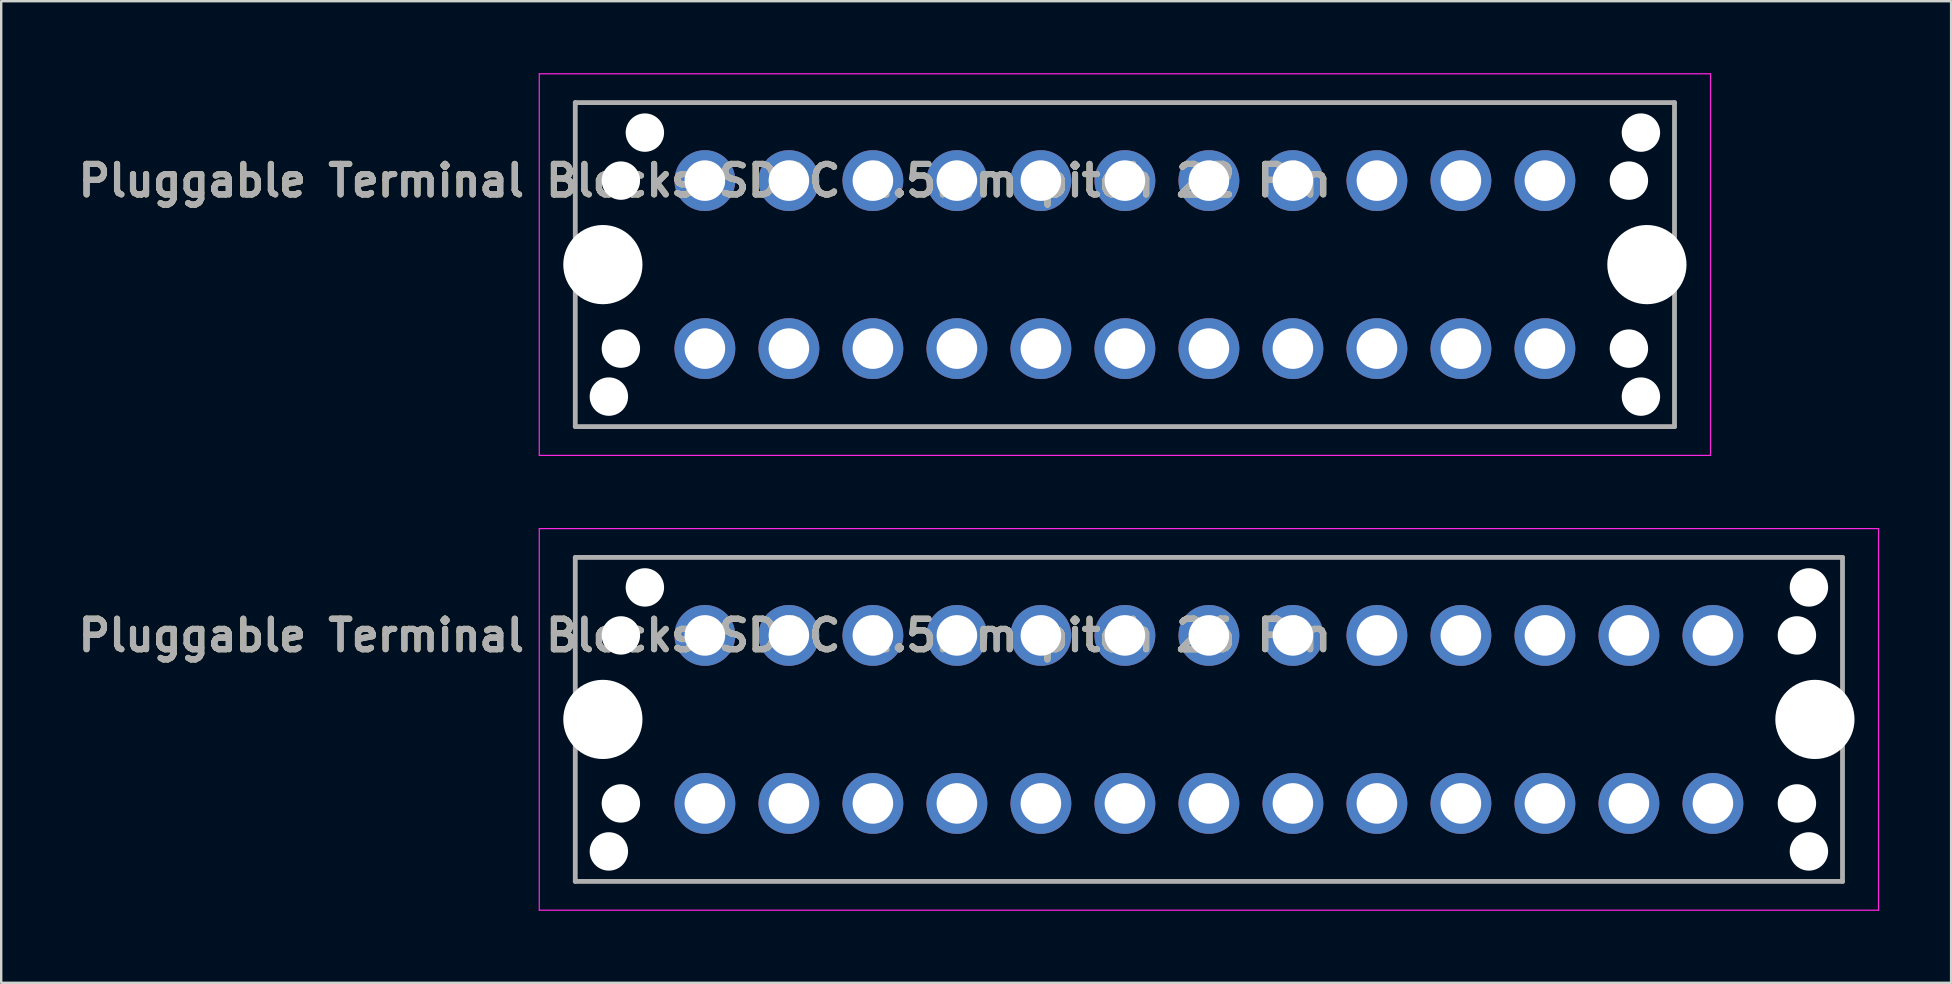
<source format=kicad_pcb>
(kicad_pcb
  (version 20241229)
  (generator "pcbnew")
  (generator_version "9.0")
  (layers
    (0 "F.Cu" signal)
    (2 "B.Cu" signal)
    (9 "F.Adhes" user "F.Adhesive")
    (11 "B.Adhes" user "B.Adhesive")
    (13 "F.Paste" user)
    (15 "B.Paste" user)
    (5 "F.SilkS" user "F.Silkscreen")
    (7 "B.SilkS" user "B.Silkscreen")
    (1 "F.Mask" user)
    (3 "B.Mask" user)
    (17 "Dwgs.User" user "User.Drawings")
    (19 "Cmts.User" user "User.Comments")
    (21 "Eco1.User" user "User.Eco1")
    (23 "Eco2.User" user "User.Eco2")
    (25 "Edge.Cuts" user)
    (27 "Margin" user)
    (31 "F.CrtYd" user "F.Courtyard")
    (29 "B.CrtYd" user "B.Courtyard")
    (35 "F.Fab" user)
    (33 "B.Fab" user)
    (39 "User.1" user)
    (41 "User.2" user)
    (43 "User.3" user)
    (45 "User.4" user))
  (footprint "Pluggable Terminal Blocks SDDC 1.5mm pitch 26 Pin"
    (layer "F.Cu")
    (at 26.319 23.425)
    (property "Reference" "Pluggable Terminal Blocks SDDC 1.5mm pitch 26 Pin" (at 0 0 0) (layer "F.SilkS") (effects (font (size 1.27 1.27) (thickness 0.254))))
    (attr through_hole)
    (fp_line (start -5.4 -3.25) (end 47.4 -3.25) (stroke (width 0.1) (type solid)) (layer "F.SilkS"))
    (fp_line (start 47.4 10.25) (end -5.4 10.25) (stroke (width 0.1) (type solid)) (layer "F.SilkS"))
    (fp_line (start -6.9 -4.45) (end 48.9 -4.45) (stroke (width 0.05) (type solid)) (layer "F.CrtYd"))
    (fp_line (start -6.9 11.45) (end -6.9 -4.45) (stroke (width 0.05) (type solid)) (layer "F.CrtYd"))
    (fp_line (start 48.9 -4.45) (end 48.9 11.45) (stroke (width 0.05) (type solid)) (layer "F.CrtYd"))
    (fp_line (start 48.9 11.45) (end -6.9 11.45) (stroke (width 0.05) (type solid)) (layer "F.CrtYd"))
    (fp_line (start -5.4 -3.25) (end 47.4 -3.25) (stroke (width 0.2) (type solid)) (layer "F.Fab"))
    (fp_line (start -5.4 10.25) (end -5.4 -3.25) (stroke (width 0.2) (type solid)) (layer "F.Fab"))
    (fp_line (start 47.4 -3.25) (end 47.4 10.25) (stroke (width 0.2) (type solid)) (layer "F.Fab"))
    (fp_line (start 47.4 10.25) (end -5.4 10.25) (stroke (width 0.2) (type solid)) (layer "F.Fab"))
    (fp_text user "${REFERENCE}" (at 0 0 0) (layer "F.Fab") (effects (font (size 1.27 1.27) (thickness 0.254))))
    (pad "" np_thru_hole circle (at -4.25 3.5) (size 3.3 3.3) (drill 3.3) (layers "*.Cu" "*.Mask"))
    (pad "" np_thru_hole circle (at -4 9) (size 1.6 1.6) (drill 1.6) (layers "*.Cu" "*.Mask"))
    (pad "" np_thru_hole circle (at -3.5 0) (size 1.6 1.6) (drill 1.6) (layers "*.Cu" "*.Mask"))
    (pad "" np_thru_hole circle (at -3.5 7) (size 1.6 1.6) (drill 1.6) (layers "*.Cu" "*.Mask"))
    (pad "" np_thru_hole circle (at -2.5 -2) (size 1.6 1.6) (drill 1.6) (layers "*.Cu" "*.Mask"))
    (pad "" np_thru_hole circle (at 45.5 0) (size 1.6 1.6) (drill 1.6) (layers "*.Cu" "*.Mask"))
    (pad "" np_thru_hole circle (at 45.5 7) (size 1.6 1.6) (drill 1.6) (layers "*.Cu" "*.Mask"))
    (pad "" np_thru_hole circle (at 46 -2) (size 1.6 1.6) (drill 1.6) (layers "*.Cu" "*.Mask"))
    (pad "" np_thru_hole circle (at 46 9) (size 1.6 1.6) (drill 1.6) (layers "*.Cu" "*.Mask"))
    (pad "" np_thru_hole circle (at 46.25 3.5) (size 3.3 3.3) (drill 3.3) (layers "*.Cu" "*.Mask"))
    (pad "1" thru_hole circle (at 0 0) (size 2.535 2.535) (drill 1.69) (layers "*.Cu" "*.Mask"))
    (pad "2" thru_hole circle (at 3.5 0) (size 2.535 2.535) (drill 1.69) (layers "*.Cu" "*.Mask"))
    (pad "3" thru_hole circle (at 7 0) (size 2.535 2.535) (drill 1.69) (layers "*.Cu" "*.Mask"))
    (pad "4" thru_hole circle (at 10.5 0) (size 2.535 2.535) (drill 1.69) (layers "*.Cu" "*.Mask"))
    (pad "5" thru_hole circle (at 14 0) (size 2.535 2.535) (drill 1.69) (layers "*.Cu" "*.Mask"))
    (pad "6" thru_hole circle (at 17.5 0) (size 2.535 2.535) (drill 1.69) (layers "*.Cu" "*.Mask"))
    (pad "7" thru_hole circle (at 21 0) (size 2.535 2.535) (drill 1.69) (layers "*.Cu" "*.Mask"))
    (pad "8" thru_hole circle (at 24.5 0) (size 2.535 2.535) (drill 1.69) (layers "*.Cu" "*.Mask"))
    (pad "9" thru_hole circle (at 28 0) (size 2.535 2.535) (drill 1.69) (layers "*.Cu" "*.Mask"))
    (pad "10" thru_hole circle (at 31.5 0) (size 2.535 2.535) (drill 1.69) (layers "*.Cu" "*.Mask"))
    (pad "11" thru_hole circle (at 35 0) (size 2.535 2.535) (drill 1.69) (layers "*.Cu" "*.Mask"))
    (pad "12" thru_hole circle (at 38.5 0) (size 2.535 2.535) (drill 1.69) (layers "*.Cu" "*.Mask"))
    (pad "13" thru_hole circle (at 42 0) (size 2.535 2.535) (drill 1.69) (layers "*.Cu" "*.Mask"))
    (pad "14" thru_hole circle (at 0 7) (size 2.535 2.535) (drill 1.69) (layers "*.Cu" "*.Mask"))
    (pad "15" thru_hole circle (at 3.5 7) (size 2.535 2.535) (drill 1.69) (layers "*.Cu" "*.Mask"))
    (pad "16" thru_hole circle (at 7 7) (size 2.535 2.535) (drill 1.69) (layers "*.Cu" "*.Mask"))
    (pad "17" thru_hole circle (at 10.5 7) (size 2.535 2.535) (drill 1.69) (layers "*.Cu" "*.Mask"))
    (pad "18" thru_hole circle (at 14 7) (size 2.535 2.535) (drill 1.69) (layers "*.Cu" "*.Mask"))
    (pad "19" thru_hole circle (at 17.5 7) (size 2.535 2.535) (drill 1.69) (layers "*.Cu" "*.Mask"))
    (pad "20" thru_hole circle (at 21 7) (size 2.535 2.535) (drill 1.69) (layers "*.Cu" "*.Mask"))
    (pad "21" thru_hole circle (at 24.5 7) (size 2.535 2.535) (drill 1.69) (layers "*.Cu" "*.Mask"))
    (pad "22" thru_hole circle (at 28 7) (size 2.535 2.535) (drill 1.69) (layers "*.Cu" "*.Mask"))
    (pad "23" thru_hole circle (at 31.5 7) (size 2.535 2.535) (drill 1.69) (layers "*.Cu" "*.Mask"))
    (pad "24" thru_hole circle (at 35 7) (size 2.535 2.535) (drill 1.69) (layers "*.Cu" "*.Mask"))
    (pad "25" thru_hole circle (at 38.5 7) (size 2.535 2.535) (drill 1.69) (layers "*.Cu" "*.Mask"))
    (pad "26" thru_hole circle (at 42 7) (size 2.535 2.535) (drill 1.69) (layers "*.Cu" "*.Mask")))
  (footprint "Pluggable Terminal Blocks SDDC 1.5mm pitch 22 Pin"
    (layer "F.Cu")
    (at 26.319 4.475)
    (property "Reference" "Pluggable Terminal Blocks SDDC 1.5mm pitch 22 Pin" (at 0 0 0) (layer "F.SilkS") (effects (font (size 1.27 1.27) (thickness 0.254))))
    (attr through_hole)
    (fp_line (start -5.4 -3.25) (end 40.4 -3.25) (stroke (width 0.1) (type solid)) (layer "F.SilkS"))
    (fp_line (start 40.4 10.25) (end -5.4 10.25) (stroke (width 0.1) (type solid)) (layer "F.SilkS"))
    (fp_line (start -6.9 -4.45) (end 41.9 -4.45) (stroke (width 0.05) (type solid)) (layer "F.CrtYd"))
    (fp_line (start -6.9 11.45) (end -6.9 -4.45) (stroke (width 0.05) (type solid)) (layer "F.CrtYd"))
    (fp_line (start 41.9 -4.45) (end 41.9 11.45) (stroke (width 0.05) (type solid)) (layer "F.CrtYd"))
    (fp_line (start 41.9 11.45) (end -6.9 11.45) (stroke (width 0.05) (type solid)) (layer "F.CrtYd"))
    (fp_line (start -5.4 -3.25) (end 40.4 -3.25) (stroke (width 0.2) (type solid)) (layer "F.Fab"))
    (fp_line (start -5.4 10.25) (end -5.4 -3.25) (stroke (width 0.2) (type solid)) (layer "F.Fab"))
    (fp_line (start 40.4 -3.25) (end 40.4 10.25) (stroke (width 0.2) (type solid)) (layer "F.Fab"))
    (fp_line (start 40.4 10.25) (end -5.4 10.25) (stroke (width 0.2) (type solid)) (layer "F.Fab"))
    (fp_text user "${REFERENCE}" (at 0 0 0) (layer "F.Fab") (effects (font (size 1.27 1.27) (thickness 0.254))))
    (pad "" np_thru_hole circle (at -4.25 3.5) (size 3.3 3.3) (drill 3.3) (layers "*.Cu" "*.Mask"))
    (pad "" np_thru_hole circle (at -4 9) (size 1.6 1.6) (drill 1.6) (layers "*.Cu" "*.Mask"))
    (pad "" np_thru_hole circle (at -3.5 0) (size 1.6 1.6) (drill 1.6) (layers "*.Cu" "*.Mask"))
    (pad "" np_thru_hole circle (at -3.5 7) (size 1.6 1.6) (drill 1.6) (layers "*.Cu" "*.Mask"))
    (pad "" np_thru_hole circle (at -2.5 -2) (size 1.6 1.6) (drill 1.6) (layers "*.Cu" "*.Mask"))
    (pad "" np_thru_hole circle (at 38.5 0) (size 1.6 1.6) (drill 1.6) (layers "*.Cu" "*.Mask"))
    (pad "" np_thru_hole circle (at 38.5 7) (size 1.6 1.6) (drill 1.6) (layers "*.Cu" "*.Mask"))
    (pad "" np_thru_hole circle (at 39 -2) (size 1.6 1.6) (drill 1.6) (layers "*.Cu" "*.Mask"))
    (pad "" np_thru_hole circle (at 39 9) (size 1.6 1.6) (drill 1.6) (layers "*.Cu" "*.Mask"))
    (pad "" np_thru_hole circle (at 39.25 3.5) (size 3.3 3.3) (drill 3.3) (layers "*.Cu" "*.Mask"))
    (pad "1" thru_hole circle (at 0 0) (size 2.535 2.535) (drill 1.69) (layers "*.Cu" "*.Mask"))
    (pad "2" thru_hole circle (at 3.5 0) (size 2.535 2.535) (drill 1.69) (layers "*.Cu" "*.Mask"))
    (pad "3" thru_hole circle (at 7 0) (size 2.535 2.535) (drill 1.69) (layers "*.Cu" "*.Mask"))
    (pad "4" thru_hole circle (at 10.5 0) (size 2.535 2.535) (drill 1.69) (layers "*.Cu" "*.Mask"))
    (pad "5" thru_hole circle (at 14 0) (size 2.535 2.535) (drill 1.69) (layers "*.Cu" "*.Mask"))
    (pad "6" thru_hole circle (at 17.5 0) (size 2.535 2.535) (drill 1.69) (layers "*.Cu" "*.Mask"))
    (pad "7" thru_hole circle (at 21 0) (size 2.535 2.535) (drill 1.69) (layers "*.Cu" "*.Mask"))
    (pad "8" thru_hole circle (at 24.5 0) (size 2.535 2.535) (drill 1.69) (layers "*.Cu" "*.Mask"))
    (pad "9" thru_hole circle (at 28 0) (size 2.535 2.535) (drill 1.69) (layers "*.Cu" "*.Mask"))
    (pad "10" thru_hole circle (at 31.5 0) (size 2.535 2.535) (drill 1.69) (layers "*.Cu" "*.Mask"))
    (pad "11" thru_hole circle (at 35 0) (size 2.535 2.535) (drill 1.69) (layers "*.Cu" "*.Mask"))
    (pad "12" thru_hole circle (at 0 7) (size 2.535 2.535) (drill 1.69) (layers "*.Cu" "*.Mask"))
    (pad "13" thru_hole circle (at 3.5 7) (size 2.535 2.535) (drill 1.69) (layers "*.Cu" "*.Mask"))
    (pad "14" thru_hole circle (at 7 7) (size 2.535 2.535) (drill 1.69) (layers "*.Cu" "*.Mask"))
    (pad "15" thru_hole circle (at 10.5 7) (size 2.535 2.535) (drill 1.69) (layers "*.Cu" "*.Mask"))
    (pad "16" thru_hole circle (at 14 7) (size 2.535 2.535) (drill 1.69) (layers "*.Cu" "*.Mask"))
    (pad "17" thru_hole circle (at 17.5 7) (size 2.535 2.535) (drill 1.69) (layers "*.Cu" "*.Mask"))
    (pad "18" thru_hole circle (at 21 7) (size 2.535 2.535) (drill 1.69) (layers "*.Cu" "*.Mask"))
    (pad "19" thru_hole circle (at 24.5 7) (size 2.535 2.535) (drill 1.69) (layers "*.Cu" "*.Mask"))
    (pad "20" thru_hole circle (at 28 7) (size 2.535 2.535) (drill 1.69) (layers "*.Cu" "*.Mask"))
    (pad "21" thru_hole circle (at 31.5 7) (size 2.535 2.535) (drill 1.69) (layers "*.Cu" "*.Mask"))
    (pad "22" thru_hole circle (at 35 7) (size 2.535 2.535) (drill 1.69) (layers "*.Cu" "*.Mask")))
  (gr_rect
    (start -3 -3)
    (end 78.244 37.9)
    (stroke (width 0.1) (type default))
    (fill no)
    (layer "Edge.Cuts")))
</source>
